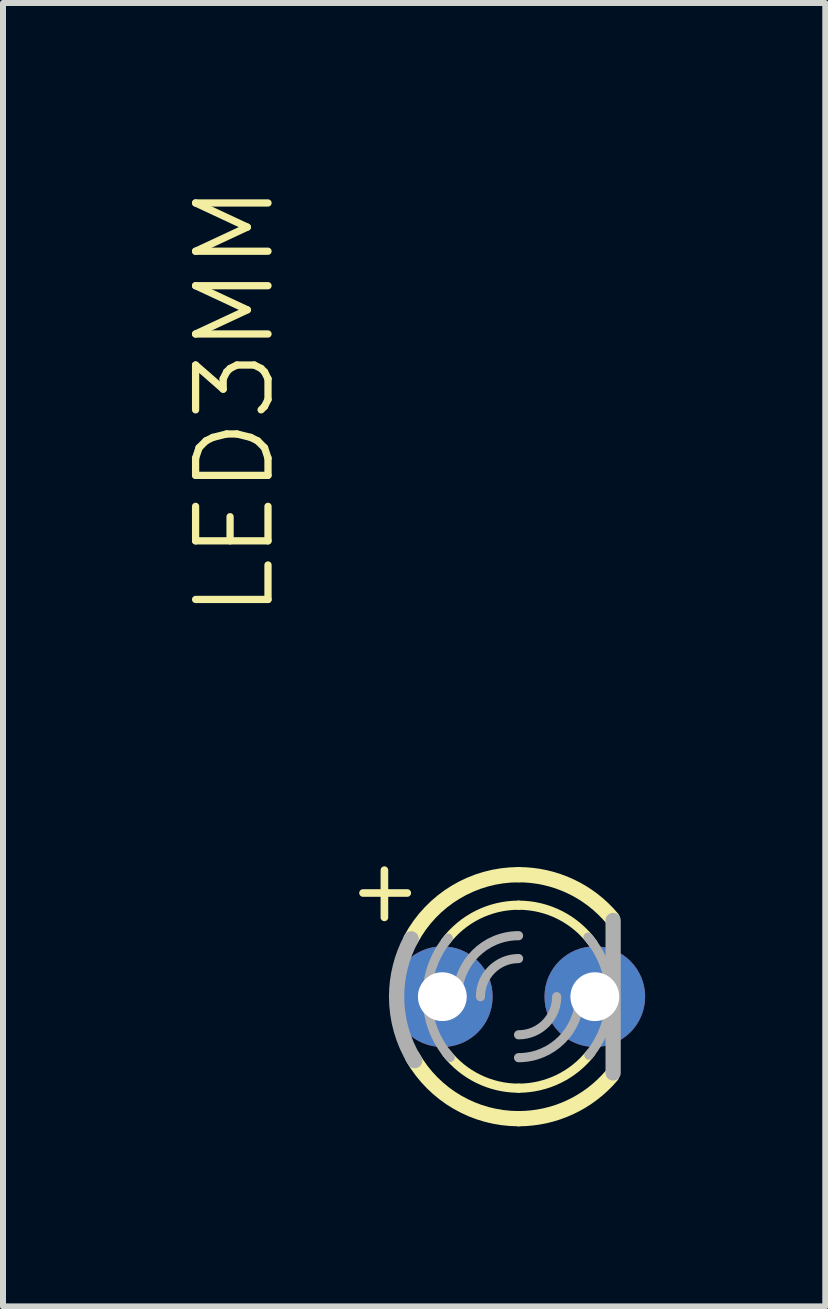
<source format=kicad_pcb>
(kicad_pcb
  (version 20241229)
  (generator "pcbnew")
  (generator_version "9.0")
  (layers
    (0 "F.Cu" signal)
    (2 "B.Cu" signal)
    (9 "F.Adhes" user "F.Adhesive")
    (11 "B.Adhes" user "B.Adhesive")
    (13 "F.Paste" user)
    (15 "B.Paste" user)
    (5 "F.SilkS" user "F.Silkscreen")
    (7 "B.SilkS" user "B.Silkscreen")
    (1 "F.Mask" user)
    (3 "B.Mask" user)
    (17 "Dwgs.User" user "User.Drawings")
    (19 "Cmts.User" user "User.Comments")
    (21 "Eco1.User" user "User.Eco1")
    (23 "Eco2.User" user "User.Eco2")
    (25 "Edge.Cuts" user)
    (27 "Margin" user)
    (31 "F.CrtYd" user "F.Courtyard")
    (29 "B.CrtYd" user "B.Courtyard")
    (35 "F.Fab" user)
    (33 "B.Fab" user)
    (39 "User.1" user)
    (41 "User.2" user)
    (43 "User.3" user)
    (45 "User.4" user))
  (footprint "LED3MM"
    (layer "F.Cu")
    (at 5.588 13.552)
    (property "Reference" "LED3MM" (at -4.02 -6.25 270) (layer "F.SilkS") (effects (font (size 1.206 1.206) (thickness 0.121)) (justify left bottom)))
    (attr through_hole)
    (fp_line (start -2.591 -1.727) (end -1.854 -1.727) (stroke (width 0.127) (type solid)) (layer "F.SilkS"))
    (fp_line (start -2.235 -1.321) (end -2.235 -2.108) (stroke (width 0.127) (type solid)) (layer "F.SilkS"))
    (fp_arc (start -1.7929 -0.9562) (mid -1.045438 -1.7424) (end 0 -2.032) (stroke (width 0.254) (type solid)) (layer "F.SilkS"))
    (fp_arc (start -1.2192 -0.9144) (mid -0.681554 -1.363107) (end 0 -1.524) (stroke (width 0.1524) (type solid)) (layer "F.SilkS"))
    (fp_arc (start 0 -2.032) (mid 0.861864 -1.840173) (end 1.561 -1.3009) (stroke (width 0.254) (type solid)) (layer "F.SilkS"))
    (fp_arc (start 0 -1.524) (mid 0.697339 -1.355082) (end 1.2401 -0.885801) (stroke (width 0.1524) (type solid)) (layer "F.SilkS"))
    (fp_arc (start 0 1.524) (mid -0.669593 1.369018) (end -1.203 0.9356) (stroke (width 0.1524) (type solid)) (layer "F.SilkS"))
    (fp_arc (start 0 2.032) (mid -1.019924 1.757525) (end -1.7643 1.0082) (stroke (width 0.254) (type solid)) (layer "F.SilkS"))
    (fp_arc (start 1.203 0.9356) (mid 0.669593 1.369018) (end 0 1.524) (stroke (width 0.1524) (type solid)) (layer "F.SilkS"))
    (fp_arc (start 1.5512 1.3126) (mid 0.854953 1.843405) (end 0 2.032) (stroke (width 0.254) (type solid)) (layer "F.SilkS"))
    (fp_line (start 1.575 1.27) (end 1.575 -1.27) (stroke (width 0.254) (type solid)) (layer "F.Fab"))
    (fp_arc (start -2.032 0) (mid -1.970339 -0.496775) (end -1.7891 -0.9634) (stroke (width 0.254) (type solid)) (layer "F.Fab"))
    (fp_arc (start -1.7306 1.065) (mid -1.95521 0.553417) (end -2.032 0) (stroke (width 0.254) (type solid)) (layer "F.Fab"))
    (fp_arc (start -1.524 0) (mid -1.432981 -0.518783) (end -1.1708 -0.9756) (stroke (width 0.1524) (type solid)) (layer "F.Fab"))
    (fp_arc (start -1.1391 1.0125) (mid -1.42454 0.5416) (end -1.524 0) (stroke (width 0.1524) (type solid)) (layer "F.Fab"))
    (fp_arc (start -1.016 0) (mid -0.71842 -0.71842) (end 0 -1.016) (stroke (width 0.1524) (type solid)) (layer "F.Fab"))
    (fp_arc (start -0.635 0) (mid -0.449013 -0.449013) (end 0 -0.635) (stroke (width 0.1524) (type solid)) (layer "F.Fab"))
    (fp_arc (start 0.635 0) (mid 0.449013 0.449013) (end 0 0.635) (stroke (width 0.1524) (type solid)) (layer "F.Fab"))
    (fp_arc (start 1.016 0) (mid 0.71842 0.71842) (end 0 1.016) (stroke (width 0.1524) (type solid)) (layer "F.Fab"))
    (fp_arc (start 1.1571 -0.9918) (mid 1.429332 -0.528744) (end 1.524 0) (stroke (width 0.1524) (type solid)) (layer "F.Fab"))
    (fp_arc (start 1.524 0) (mid 1.432981 0.518783) (end 1.1708 0.9756) (stroke (width 0.1524) (type solid)) (layer "F.Fab"))
    (pad "A" thru_hole circle (at -1.27 0) (size 1.676 1.676) (drill 0.813) (layers "*.Cu" "*.Mask"))
    (pad "K" thru_hole circle (at 1.27 0) (size 1.676 1.676) (drill 0.813) (layers "*.Cu" "*.Mask")))
  (gr_rect
    (start -3 -3)
    (end 10.697 18.711)
    (stroke (width 0.1) (type default))
    (fill no)
    (layer "Edge.Cuts")))
</source>
